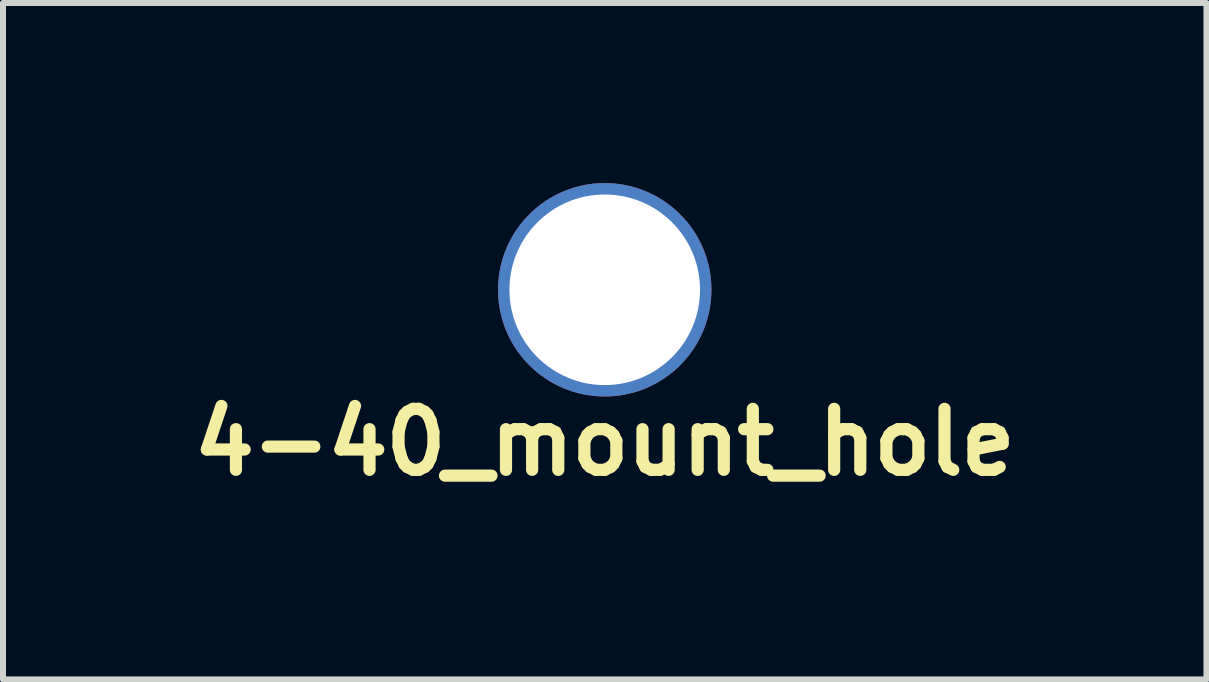
<source format=kicad_pcb>
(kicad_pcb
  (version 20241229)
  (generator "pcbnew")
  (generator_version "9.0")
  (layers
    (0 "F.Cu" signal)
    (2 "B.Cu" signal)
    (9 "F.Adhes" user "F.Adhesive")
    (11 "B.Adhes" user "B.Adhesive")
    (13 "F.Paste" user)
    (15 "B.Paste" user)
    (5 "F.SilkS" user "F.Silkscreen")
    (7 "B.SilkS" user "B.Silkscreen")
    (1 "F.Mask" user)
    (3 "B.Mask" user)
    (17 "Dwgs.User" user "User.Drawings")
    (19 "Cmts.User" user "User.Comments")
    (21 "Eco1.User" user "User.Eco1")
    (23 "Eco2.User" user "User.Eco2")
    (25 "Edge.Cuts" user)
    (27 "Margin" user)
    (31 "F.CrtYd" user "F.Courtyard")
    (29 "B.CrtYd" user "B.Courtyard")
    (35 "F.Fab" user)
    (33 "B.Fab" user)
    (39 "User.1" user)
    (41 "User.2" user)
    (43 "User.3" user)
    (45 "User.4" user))
  (footprint "4-40_mount_hole"
    (layer "F.Cu")
    (at 7.025 1.778)
    (property "Reference" "4-40_mount_hole" (at 0 2.54 0) (layer "F.SilkS") (effects (font (size 1.016 1.016) (thickness 0.203))))
    (attr through_hole)
    (pad "" thru_hole circle (at 0 0) (size 3.556 3.556) (drill 3.175) (layers "*.Cu" "*.Mask")))
  (gr_rect
    (start -3 -3)
    (end 17.05 8.269)
    (stroke (width 0.1) (type default))
    (fill no)
    (layer "Edge.Cuts")))
</source>
